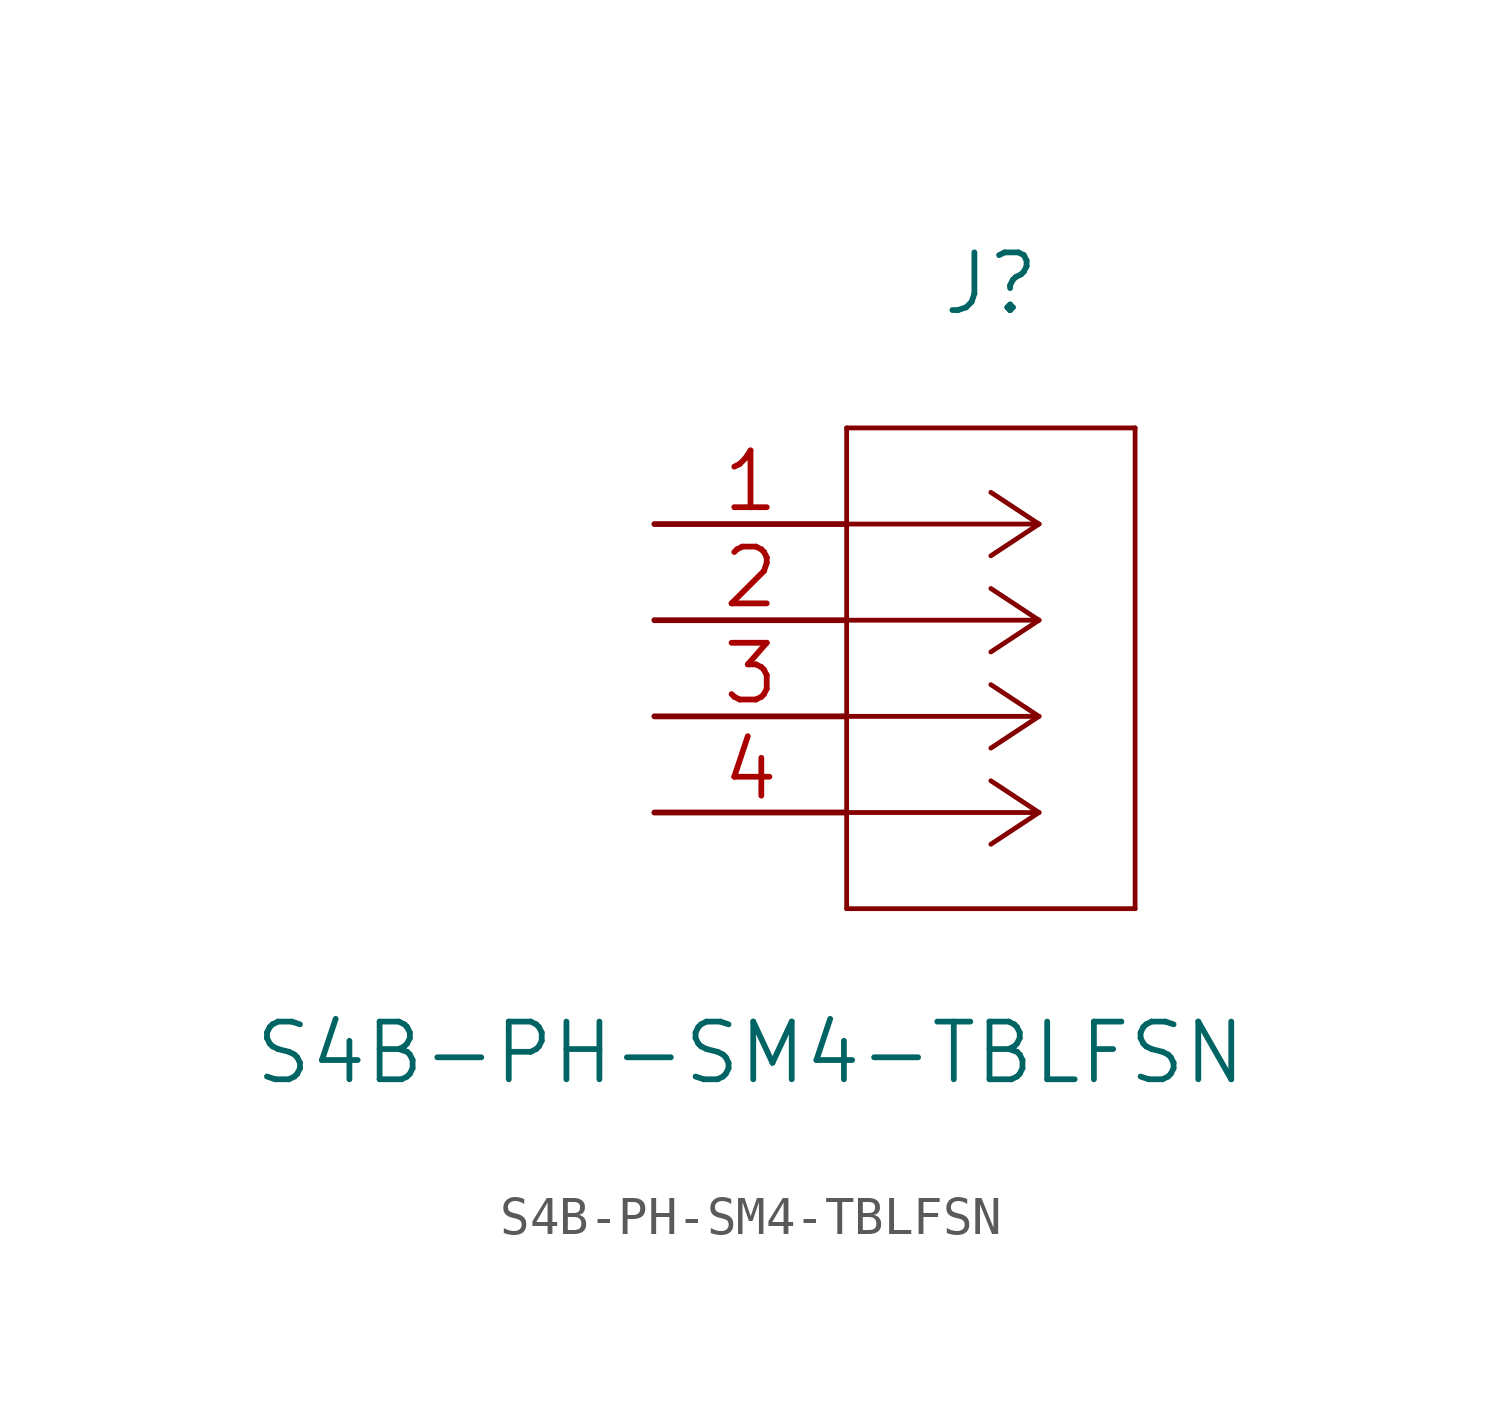
<source format=kicad_sym>
(kicad_symbol_lib
  (version 20210619)
  (generator kicad_symbol_editor)
  (symbol "NB3_charger:S4B-PH-SM4-TBLFSN"
    (pin_names
      (offset 0.254) hide)
    (property "Reference" "J"
      (at 8.89 6.35 0)
      (effects (font (size 1.524 1.524))))
    (property "Value" "S4B-PH-SM4-TBLFSN"
      (at 2.54 -13.97 0)
      (effects (font (size 1.524 1.524))))
    (property "Datasheet" ""
      (at 0 0 0)
      (effects (font (size 1.524 1.524))))
    (property "ki_locked" ""
      (at 0 0 0)
      (effects (font (size 1.27 1.27))))
    (symbol "S4B-PH-SM4-TBLFSN_1_1"
      (polyline (pts (xy 5.08 -10.16) (xy 12.7 -10.16)) (stroke (width 0.127)) (fill (type none)))
      (polyline (pts (xy 5.08 2.54) (xy 5.08 -10.16)) (stroke (width 0.127)) (fill (type none)))
      (polyline (pts (xy 10.16 -7.62) (xy 5.08 -7.62)) (stroke (width 0.127)) (fill (type none)))
      (polyline (pts (xy 10.16 -7.62) (xy 8.89 -8.458)) (stroke (width 0.127)) (fill (type none)))
      (polyline (pts (xy 10.16 -7.62) (xy 8.89 -6.782)) (stroke (width 0.127)) (fill (type none)))
      (polyline (pts (xy 10.16 -5.08) (xy 5.08 -5.08)) (stroke (width 0.127)) (fill (type none)))
      (polyline (pts (xy 10.16 -5.08) (xy 8.89 -5.918)) (stroke (width 0.127)) (fill (type none)))
      (polyline (pts (xy 10.16 -5.08) (xy 8.89 -4.242)) (stroke (width 0.127)) (fill (type none)))
      (polyline (pts (xy 10.16 -2.54) (xy 5.08 -2.54)) (stroke (width 0.127)) (fill (type none)))
      (polyline (pts (xy 10.16 -2.54) (xy 8.89 -3.378)) (stroke (width 0.127)) (fill (type none)))
      (polyline (pts (xy 10.16 -2.54) (xy 8.89 -1.702)) (stroke (width 0.127)) (fill (type none)))
      (polyline (pts (xy 10.16 0) (xy 5.08 0)) (stroke (width 0.127)) (fill (type none)))
      (polyline (pts (xy 10.16 0) (xy 8.89 -0.838)) (stroke (width 0.127)) (fill (type none)))
      (polyline (pts (xy 10.16 0) (xy 8.89 0.838)) (stroke (width 0.127)) (fill (type none)))
      (polyline (pts (xy 12.7 -10.16) (xy 12.7 2.54)) (stroke (width 0.127)) (fill (type none)))
      (polyline (pts (xy 12.7 2.54) (xy 5.08 2.54)) (stroke (width 0.127)) (fill (type none)))
      (pin unspecified line (at 0 0 0) (length 5.08) (name "1" (effects (font (size 1.499 1.499)))) (number "1" (effects (font (size 1.499 1.499)))))
      (pin unspecified line (at 0 -2.54 0) (length 5.08) (name "2" (effects (font (size 1.499 1.499)))) (number "2" (effects (font (size 1.499 1.499)))))
      (pin unspecified line (at 0 -5.08 0) (length 5.08) (name "3" (effects (font (size 1.499 1.499)))) (number "3" (effects (font (size 1.499 1.499)))))
      (pin unspecified line (at 0 -7.62 0) (length 5.08) (name "4" (effects (font (size 1.499 1.499)))) (number "4" (effects (font (size 1.499 1.499))))))))
</source>
